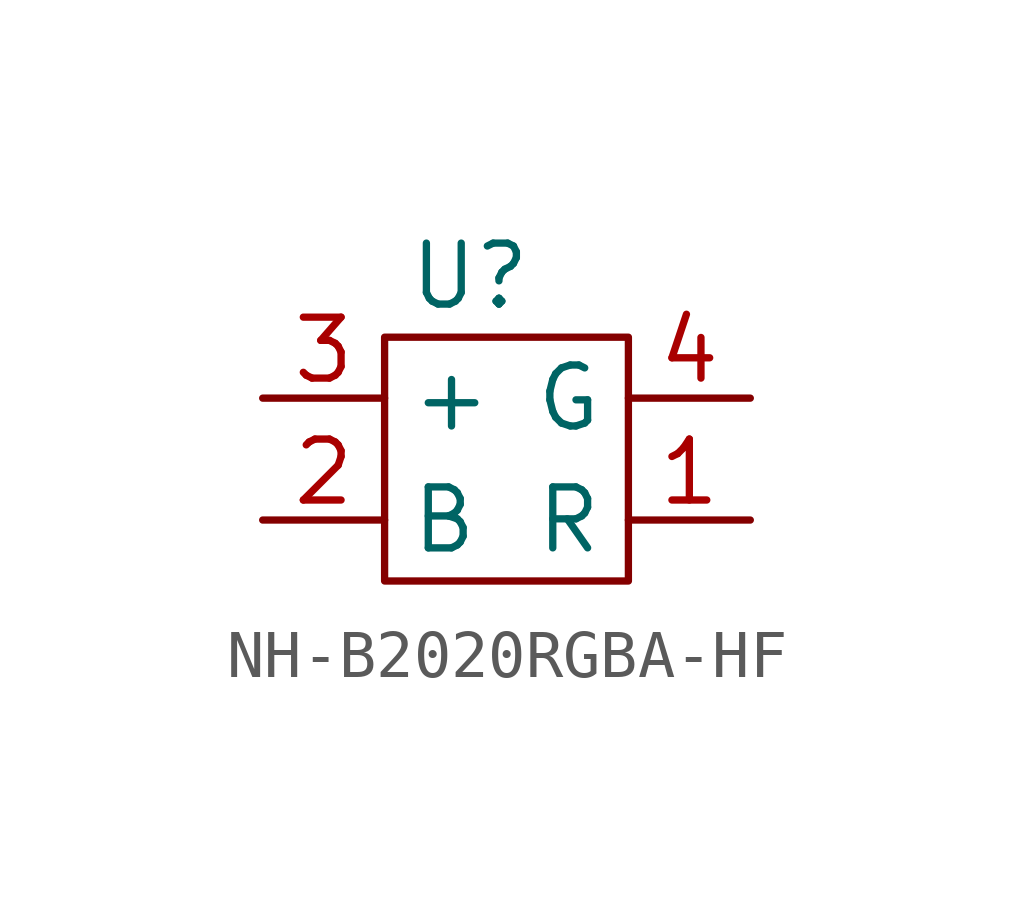
<source format=kicad_sym>
(kicad_symbol_lib
  (version 20231120)
  (generator "kicad_symbol_editor")
  (generator_version "8.0")
  (symbol "NH-B2020RGBA-HF"
    (property "Reference" "U"
      (at -0.762 3.81 0)
      (effects (font (size 1.27 1.27))))
    (property "Value" ""
      (at 0 0 0)
      (effects (font (size 1.27 1.27))))
    (symbol "NH-B2020RGBA-HF_0_1"
      (rectangle (start -2.54 2.54) (end 2.54 -2.54) (stroke (width 0) (type default)) (fill (type none))))
    (symbol "NH-B2020RGBA-HF_1_1"
      (pin input line (at 5.08 -1.27 180) (length 2.54) (name "R" (effects (font (size 1.27 1.27)))) (number "1" (effects (font (size 1.27 1.27)))))
      (pin input line (at -5.08 -1.27 0) (length 2.54) (name "B" (effects (font (size 1.27 1.27)))) (number "2" (effects (font (size 1.27 1.27)))))
      (pin input line (at -5.08 1.27 0) (length 2.54) (name "+" (effects (font (size 1.27 1.27)))) (number "3" (effects (font (size 1.27 1.27)))))
      (pin input line (at 5.08 1.27 180) (length 2.54) (name "G" (effects (font (size 1.27 1.27)))) (number "4" (effects (font (size 1.27 1.27))))))))
</source>
